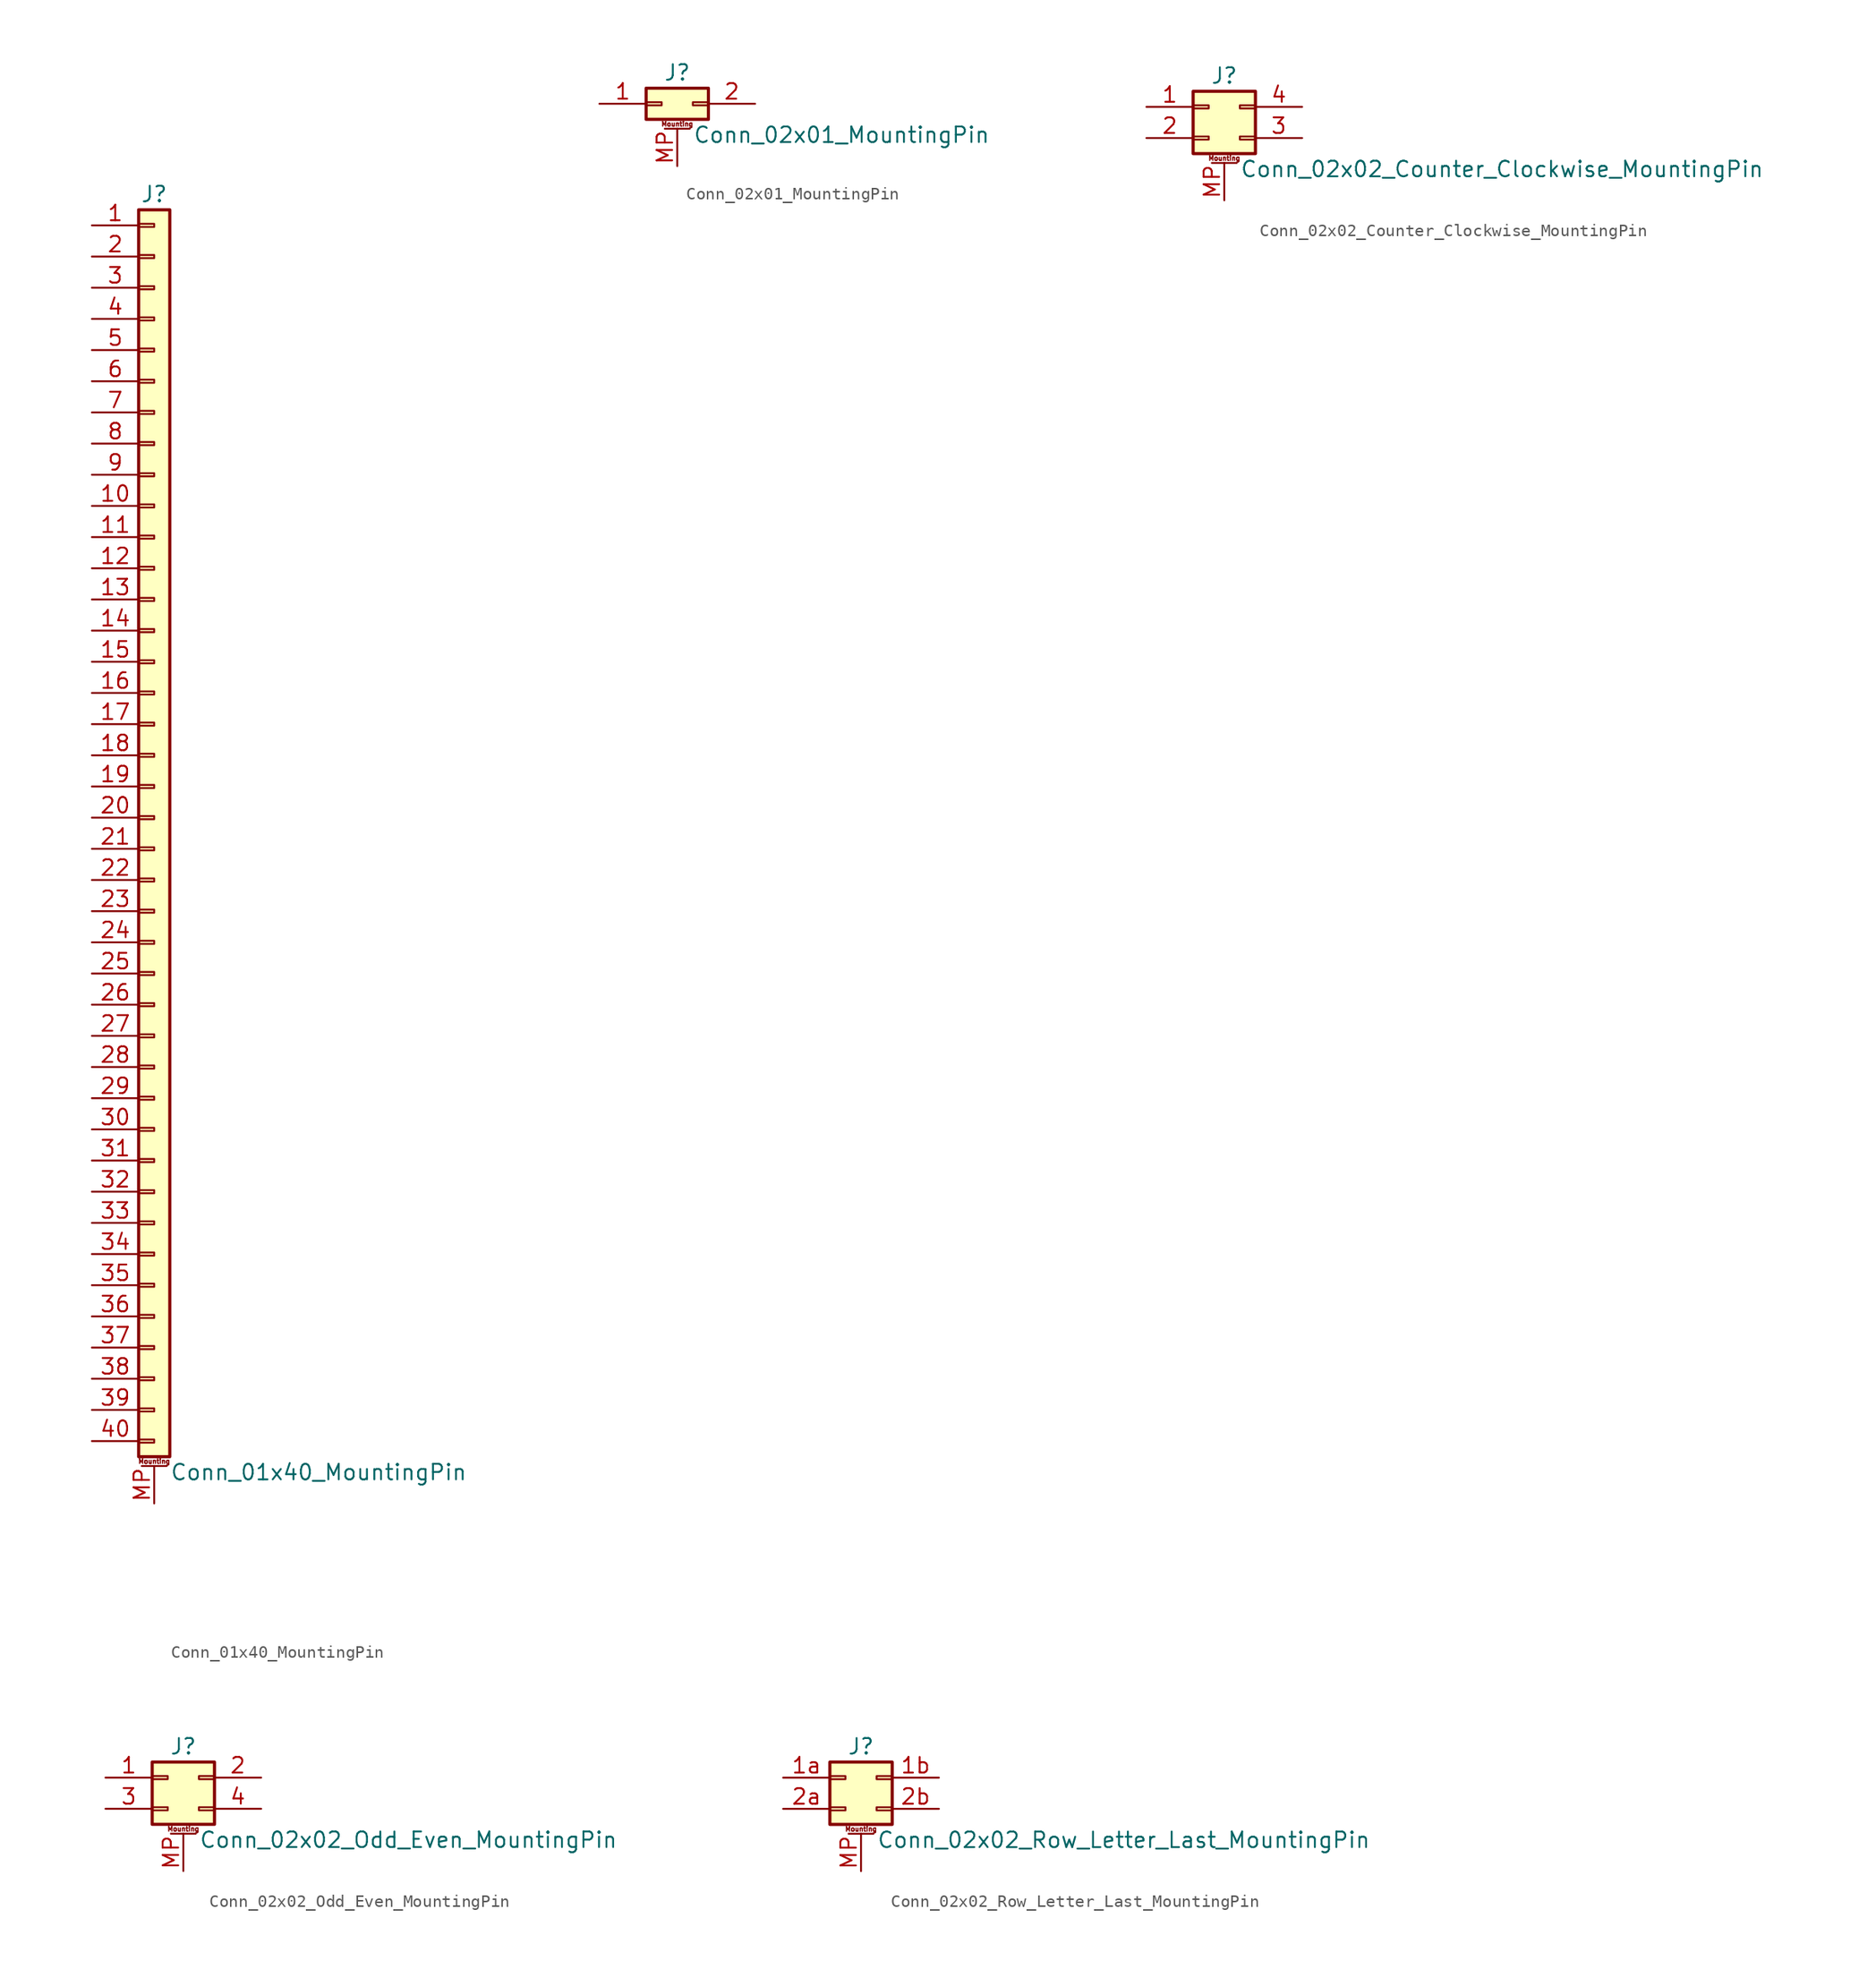
<source format=kicad_sym>
(kicad_symbol_lib
  (version 20220914)
  (generator kicad_symbol_editor)
  (symbol "Conn_01x40_MountingPin"
    (pin_names
      (offset 1.016) hide)
    (property "Reference" "J"
      (at 0 50.8 0)
      (effects (font (size 1.27 1.27))))
    (property "Value" "Conn_01x40_MountingPin"
      (at 1.27 -53.34 0)
      (effects (font (size 1.27 1.27)) (justify left)))
    (symbol "Conn_01x40_MountingPin_1_1"
      (rectangle (start -1.27 -50.673) (end 0 -50.927) (stroke (width 0.152) (type default)) (fill (type none)))
      (rectangle (start -1.27 -48.133) (end 0 -48.387) (stroke (width 0.152) (type default)) (fill (type none)))
      (rectangle (start -1.27 -45.593) (end 0 -45.847) (stroke (width 0.152) (type default)) (fill (type none)))
      (rectangle (start -1.27 -43.053) (end 0 -43.307) (stroke (width 0.152) (type default)) (fill (type none)))
      (rectangle (start -1.27 -40.513) (end 0 -40.767) (stroke (width 0.152) (type default)) (fill (type none)))
      (rectangle (start -1.27 -37.973) (end 0 -38.227) (stroke (width 0.152) (type default)) (fill (type none)))
      (rectangle (start -1.27 -35.433) (end 0 -35.687) (stroke (width 0.152) (type default)) (fill (type none)))
      (rectangle (start -1.27 -32.893) (end 0 -33.147) (stroke (width 0.152) (type default)) (fill (type none)))
      (rectangle (start -1.27 -30.353) (end 0 -30.607) (stroke (width 0.152) (type default)) (fill (type none)))
      (rectangle (start -1.27 -27.813) (end 0 -28.067) (stroke (width 0.152) (type default)) (fill (type none)))
      (rectangle (start -1.27 -25.273) (end 0 -25.527) (stroke (width 0.152) (type default)) (fill (type none)))
      (rectangle (start -1.27 -22.733) (end 0 -22.987) (stroke (width 0.152) (type default)) (fill (type none)))
      (rectangle (start -1.27 -20.193) (end 0 -20.447) (stroke (width 0.152) (type default)) (fill (type none)))
      (rectangle (start -1.27 -17.653) (end 0 -17.907) (stroke (width 0.152) (type default)) (fill (type none)))
      (rectangle (start -1.27 -15.113) (end 0 -15.367) (stroke (width 0.152) (type default)) (fill (type none)))
      (rectangle (start -1.27 -12.573) (end 0 -12.827) (stroke (width 0.152) (type default)) (fill (type none)))
      (rectangle (start -1.27 -10.033) (end 0 -10.287) (stroke (width 0.152) (type default)) (fill (type none)))
      (rectangle (start -1.27 -7.493) (end 0 -7.747) (stroke (width 0.152) (type default)) (fill (type none)))
      (rectangle (start -1.27 -4.953) (end 0 -5.207) (stroke (width 0.152) (type default)) (fill (type none)))
      (rectangle (start -1.27 -2.413) (end 0 -2.667) (stroke (width 0.152) (type default)) (fill (type none)))
      (rectangle (start -1.27 0.127) (end 0 -0.127) (stroke (width 0.152) (type default)) (fill (type none)))
      (rectangle (start -1.27 2.667) (end 0 2.413) (stroke (width 0.152) (type default)) (fill (type none)))
      (rectangle (start -1.27 5.207) (end 0 4.953) (stroke (width 0.152) (type default)) (fill (type none)))
      (rectangle (start -1.27 7.747) (end 0 7.493) (stroke (width 0.152) (type default)) (fill (type none)))
      (rectangle (start -1.27 10.287) (end 0 10.033) (stroke (width 0.152) (type default)) (fill (type none)))
      (rectangle (start -1.27 12.827) (end 0 12.573) (stroke (width 0.152) (type default)) (fill (type none)))
      (rectangle (start -1.27 15.367) (end 0 15.113) (stroke (width 0.152) (type default)) (fill (type none)))
      (rectangle (start -1.27 17.907) (end 0 17.653) (stroke (width 0.152) (type default)) (fill (type none)))
      (rectangle (start -1.27 20.447) (end 0 20.193) (stroke (width 0.152) (type default)) (fill (type none)))
      (rectangle (start -1.27 22.987) (end 0 22.733) (stroke (width 0.152) (type default)) (fill (type none)))
      (rectangle (start -1.27 25.527) (end 0 25.273) (stroke (width 0.152) (type default)) (fill (type none)))
      (rectangle (start -1.27 28.067) (end 0 27.813) (stroke (width 0.152) (type default)) (fill (type none)))
      (rectangle (start -1.27 30.607) (end 0 30.353) (stroke (width 0.152) (type default)) (fill (type none)))
      (rectangle (start -1.27 33.147) (end 0 32.893) (stroke (width 0.152) (type default)) (fill (type none)))
      (rectangle (start -1.27 35.687) (end 0 35.433) (stroke (width 0.152) (type default)) (fill (type none)))
      (rectangle (start -1.27 38.227) (end 0 37.973) (stroke (width 0.152) (type default)) (fill (type none)))
      (rectangle (start -1.27 40.767) (end 0 40.513) (stroke (width 0.152) (type default)) (fill (type none)))
      (rectangle (start -1.27 43.307) (end 0 43.053) (stroke (width 0.152) (type default)) (fill (type none)))
      (rectangle (start -1.27 45.847) (end 0 45.593) (stroke (width 0.152) (type default)) (fill (type none)))
      (rectangle (start -1.27 48.387) (end 0 48.133) (stroke (width 0.152) (type default)) (fill (type none)))
      (rectangle (start -1.27 49.53) (end 1.27 -52.07) (stroke (width 0.254) (type default)) (fill (type background)))
      (polyline (pts (xy -1.016 -52.832) (xy 1.016 -52.832)) (stroke (width 0.152) (type default)) (fill (type none)))
      (text "Mounting" (at 0 -52.451 0) (effects (font (size 0.381 0.381))))
      (pin passive line (at -5.08 48.26 0) (length 3.81) (name "Pin_1" (effects (font (size 1.27 1.27)))) (number "1" (effects (font (size 1.27 1.27)))))
      (pin passive line (at -5.08 25.4 0) (length 3.81) (name "Pin_10" (effects (font (size 1.27 1.27)))) (number "10" (effects (font (size 1.27 1.27)))))
      (pin passive line (at -5.08 22.86 0) (length 3.81) (name "Pin_11" (effects (font (size 1.27 1.27)))) (number "11" (effects (font (size 1.27 1.27)))))
      (pin passive line (at -5.08 20.32 0) (length 3.81) (name "Pin_12" (effects (font (size 1.27 1.27)))) (number "12" (effects (font (size 1.27 1.27)))))
      (pin passive line (at -5.08 17.78 0) (length 3.81) (name "Pin_13" (effects (font (size 1.27 1.27)))) (number "13" (effects (font (size 1.27 1.27)))))
      (pin passive line (at -5.08 15.24 0) (length 3.81) (name "Pin_14" (effects (font (size 1.27 1.27)))) (number "14" (effects (font (size 1.27 1.27)))))
      (pin passive line (at -5.08 12.7 0) (length 3.81) (name "Pin_15" (effects (font (size 1.27 1.27)))) (number "15" (effects (font (size 1.27 1.27)))))
      (pin passive line (at -5.08 10.16 0) (length 3.81) (name "Pin_16" (effects (font (size 1.27 1.27)))) (number "16" (effects (font (size 1.27 1.27)))))
      (pin passive line (at -5.08 7.62 0) (length 3.81) (name "Pin_17" (effects (font (size 1.27 1.27)))) (number "17" (effects (font (size 1.27 1.27)))))
      (pin passive line (at -5.08 5.08 0) (length 3.81) (name "Pin_18" (effects (font (size 1.27 1.27)))) (number "18" (effects (font (size 1.27 1.27)))))
      (pin passive line (at -5.08 2.54 0) (length 3.81) (name "Pin_19" (effects (font (size 1.27 1.27)))) (number "19" (effects (font (size 1.27 1.27)))))
      (pin passive line (at -5.08 45.72 0) (length 3.81) (name "Pin_2" (effects (font (size 1.27 1.27)))) (number "2" (effects (font (size 1.27 1.27)))))
      (pin passive line (at -5.08 0 0) (length 3.81) (name "Pin_20" (effects (font (size 1.27 1.27)))) (number "20" (effects (font (size 1.27 1.27)))))
      (pin passive line (at -5.08 -2.54 0) (length 3.81) (name "Pin_21" (effects (font (size 1.27 1.27)))) (number "21" (effects (font (size 1.27 1.27)))))
      (pin passive line (at -5.08 -5.08 0) (length 3.81) (name "Pin_22" (effects (font (size 1.27 1.27)))) (number "22" (effects (font (size 1.27 1.27)))))
      (pin passive line (at -5.08 -7.62 0) (length 3.81) (name "Pin_23" (effects (font (size 1.27 1.27)))) (number "23" (effects (font (size 1.27 1.27)))))
      (pin passive line (at -5.08 -10.16 0) (length 3.81) (name "Pin_24" (effects (font (size 1.27 1.27)))) (number "24" (effects (font (size 1.27 1.27)))))
      (pin passive line (at -5.08 -12.7 0) (length 3.81) (name "Pin_25" (effects (font (size 1.27 1.27)))) (number "25" (effects (font (size 1.27 1.27)))))
      (pin passive line (at -5.08 -15.24 0) (length 3.81) (name "Pin_26" (effects (font (size 1.27 1.27)))) (number "26" (effects (font (size 1.27 1.27)))))
      (pin passive line (at -5.08 -17.78 0) (length 3.81) (name "Pin_27" (effects (font (size 1.27 1.27)))) (number "27" (effects (font (size 1.27 1.27)))))
      (pin passive line (at -5.08 -20.32 0) (length 3.81) (name "Pin_28" (effects (font (size 1.27 1.27)))) (number "28" (effects (font (size 1.27 1.27)))))
      (pin passive line (at -5.08 -22.86 0) (length 3.81) (name "Pin_29" (effects (font (size 1.27 1.27)))) (number "29" (effects (font (size 1.27 1.27)))))
      (pin passive line (at -5.08 43.18 0) (length 3.81) (name "Pin_3" (effects (font (size 1.27 1.27)))) (number "3" (effects (font (size 1.27 1.27)))))
      (pin passive line (at -5.08 -25.4 0) (length 3.81) (name "Pin_30" (effects (font (size 1.27 1.27)))) (number "30" (effects (font (size 1.27 1.27)))))
      (pin passive line (at -5.08 -27.94 0) (length 3.81) (name "Pin_31" (effects (font (size 1.27 1.27)))) (number "31" (effects (font (size 1.27 1.27)))))
      (pin passive line (at -5.08 -30.48 0) (length 3.81) (name "Pin_32" (effects (font (size 1.27 1.27)))) (number "32" (effects (font (size 1.27 1.27)))))
      (pin passive line (at -5.08 -33.02 0) (length 3.81) (name "Pin_33" (effects (font (size 1.27 1.27)))) (number "33" (effects (font (size 1.27 1.27)))))
      (pin passive line (at -5.08 -35.56 0) (length 3.81) (name "Pin_34" (effects (font (size 1.27 1.27)))) (number "34" (effects (font (size 1.27 1.27)))))
      (pin passive line (at -5.08 -38.1 0) (length 3.81) (name "Pin_35" (effects (font (size 1.27 1.27)))) (number "35" (effects (font (size 1.27 1.27)))))
      (pin passive line (at -5.08 -40.64 0) (length 3.81) (name "Pin_36" (effects (font (size 1.27 1.27)))) (number "36" (effects (font (size 1.27 1.27)))))
      (pin passive line (at -5.08 -43.18 0) (length 3.81) (name "Pin_37" (effects (font (size 1.27 1.27)))) (number "37" (effects (font (size 1.27 1.27)))))
      (pin passive line (at -5.08 -45.72 0) (length 3.81) (name "Pin_38" (effects (font (size 1.27 1.27)))) (number "38" (effects (font (size 1.27 1.27)))))
      (pin passive line (at -5.08 -48.26 0) (length 3.81) (name "Pin_39" (effects (font (size 1.27 1.27)))) (number "39" (effects (font (size 1.27 1.27)))))
      (pin passive line (at -5.08 40.64 0) (length 3.81) (name "Pin_4" (effects (font (size 1.27 1.27)))) (number "4" (effects (font (size 1.27 1.27)))))
      (pin passive line (at -5.08 -50.8 0) (length 3.81) (name "Pin_40" (effects (font (size 1.27 1.27)))) (number "40" (effects (font (size 1.27 1.27)))))
      (pin passive line (at -5.08 38.1 0) (length 3.81) (name "Pin_5" (effects (font (size 1.27 1.27)))) (number "5" (effects (font (size 1.27 1.27)))))
      (pin passive line (at -5.08 35.56 0) (length 3.81) (name "Pin_6" (effects (font (size 1.27 1.27)))) (number "6" (effects (font (size 1.27 1.27)))))
      (pin passive line (at -5.08 33.02 0) (length 3.81) (name "Pin_7" (effects (font (size 1.27 1.27)))) (number "7" (effects (font (size 1.27 1.27)))))
      (pin passive line (at -5.08 30.48 0) (length 3.81) (name "Pin_8" (effects (font (size 1.27 1.27)))) (number "8" (effects (font (size 1.27 1.27)))))
      (pin passive line (at -5.08 27.94 0) (length 3.81) (name "Pin_9" (effects (font (size 1.27 1.27)))) (number "9" (effects (font (size 1.27 1.27)))))
      (pin passive line (at 0 -55.88 90) (length 3.048) (name "MountPin" (effects (font (size 1.27 1.27)))) (number "MP" (effects (font (size 1.27 1.27)))))))
  (symbol "Conn_02x01_MountingPin"
    (pin_names
      (offset 1.016) hide)
    (property "Reference" "J"
      (at 1.27 2.54 0)
      (effects (font (size 1.27 1.27))))
    (property "Value" "Conn_02x01_MountingPin"
      (at 2.54 -2.54 0)
      (effects (font (size 1.27 1.27)) (justify left)))
    (symbol "Conn_02x01_MountingPin_1_1"
      (rectangle (start -1.27 0.127) (end 0 -0.127) (stroke (width 0.152) (type default)) (fill (type none)))
      (rectangle (start -1.27 1.27) (end 3.81 -1.27) (stroke (width 0.254) (type default)) (fill (type background)))
      (polyline (pts (xy 0.254 -2.032) (xy 2.286 -2.032)) (stroke (width 0.152) (type default)) (fill (type none)))
      (rectangle (start 3.81 0.127) (end 2.54 -0.127) (stroke (width 0.152) (type default)) (fill (type none)))
      (text "Mounting" (at 1.27 -1.651 0) (effects (font (size 0.381 0.381))))
      (pin passive line (at -5.08 0 0) (length 3.81) (name "Pin_1" (effects (font (size 1.27 1.27)))) (number "1" (effects (font (size 1.27 1.27)))))
      (pin passive line (at 7.62 0 180) (length 3.81) (name "Pin_2" (effects (font (size 1.27 1.27)))) (number "2" (effects (font (size 1.27 1.27)))))
      (pin passive line (at 1.27 -5.08 90) (length 3.048) (name "MountPin" (effects (font (size 1.27 1.27)))) (number "MP" (effects (font (size 1.27 1.27)))))))
  (symbol "Conn_02x02_Counter_Clockwise_MountingPin"
    (pin_names
      (offset 1.016) hide)
    (property "Reference" "J"
      (at 1.27 2.54 0)
      (effects (font (size 1.27 1.27))))
    (property "Value" "Conn_02x02_Counter_Clockwise_MountingPin"
      (at 2.54 -5.08 0)
      (effects (font (size 1.27 1.27)) (justify left)))
    (symbol "Conn_02x02_Counter_Clockwise_MountingPin_1_1"
      (rectangle (start -1.27 -2.413) (end 0 -2.667) (stroke (width 0.152) (type default)) (fill (type none)))
      (rectangle (start -1.27 0.127) (end 0 -0.127) (stroke (width 0.152) (type default)) (fill (type none)))
      (rectangle (start -1.27 1.27) (end 3.81 -3.81) (stroke (width 0.254) (type default)) (fill (type background)))
      (polyline (pts (xy 0.254 -4.572) (xy 2.286 -4.572)) (stroke (width 0.152) (type default)) (fill (type none)))
      (rectangle (start 3.81 -2.413) (end 2.54 -2.667) (stroke (width 0.152) (type default)) (fill (type none)))
      (rectangle (start 3.81 0.127) (end 2.54 -0.127) (stroke (width 0.152) (type default)) (fill (type none)))
      (text "Mounting" (at 1.27 -4.191 0) (effects (font (size 0.381 0.381))))
      (pin passive line (at -5.08 0 0) (length 3.81) (name "Pin_1" (effects (font (size 1.27 1.27)))) (number "1" (effects (font (size 1.27 1.27)))))
      (pin passive line (at -5.08 -2.54 0) (length 3.81) (name "Pin_2" (effects (font (size 1.27 1.27)))) (number "2" (effects (font (size 1.27 1.27)))))
      (pin passive line (at 7.62 -2.54 180) (length 3.81) (name "Pin_3" (effects (font (size 1.27 1.27)))) (number "3" (effects (font (size 1.27 1.27)))))
      (pin passive line (at 7.62 0 180) (length 3.81) (name "Pin_4" (effects (font (size 1.27 1.27)))) (number "4" (effects (font (size 1.27 1.27)))))
      (pin passive line (at 1.27 -7.62 90) (length 3.048) (name "MountPin" (effects (font (size 1.27 1.27)))) (number "MP" (effects (font (size 1.27 1.27)))))))
  (symbol "Conn_02x02_Odd_Even_MountingPin"
    (pin_names
      (offset 1.016) hide)
    (property "Reference" "J"
      (at 1.27 2.54 0)
      (effects (font (size 1.27 1.27))))
    (property "Value" "Conn_02x02_Odd_Even_MountingPin"
      (at 2.54 -5.08 0)
      (effects (font (size 1.27 1.27)) (justify left)))
    (symbol "Conn_02x02_Odd_Even_MountingPin_1_1"
      (rectangle (start -1.27 -2.413) (end 0 -2.667) (stroke (width 0.152) (type default)) (fill (type none)))
      (rectangle (start -1.27 0.127) (end 0 -0.127) (stroke (width 0.152) (type default)) (fill (type none)))
      (rectangle (start -1.27 1.27) (end 3.81 -3.81) (stroke (width 0.254) (type default)) (fill (type background)))
      (polyline (pts (xy 0.254 -4.572) (xy 2.286 -4.572)) (stroke (width 0.152) (type default)) (fill (type none)))
      (rectangle (start 3.81 -2.413) (end 2.54 -2.667) (stroke (width 0.152) (type default)) (fill (type none)))
      (rectangle (start 3.81 0.127) (end 2.54 -0.127) (stroke (width 0.152) (type default)) (fill (type none)))
      (text "Mounting" (at 1.27 -4.191 0) (effects (font (size 0.381 0.381))))
      (pin passive line (at -5.08 0 0) (length 3.81) (name "Pin_1" (effects (font (size 1.27 1.27)))) (number "1" (effects (font (size 1.27 1.27)))))
      (pin passive line (at 7.62 0 180) (length 3.81) (name "Pin_2" (effects (font (size 1.27 1.27)))) (number "2" (effects (font (size 1.27 1.27)))))
      (pin passive line (at -5.08 -2.54 0) (length 3.81) (name "Pin_3" (effects (font (size 1.27 1.27)))) (number "3" (effects (font (size 1.27 1.27)))))
      (pin passive line (at 7.62 -2.54 180) (length 3.81) (name "Pin_4" (effects (font (size 1.27 1.27)))) (number "4" (effects (font (size 1.27 1.27)))))
      (pin passive line (at 1.27 -7.62 90) (length 3.048) (name "MountPin" (effects (font (size 1.27 1.27)))) (number "MP" (effects (font (size 1.27 1.27)))))))
  (symbol "Conn_02x02_Row_Letter_Last_MountingPin"
    (pin_names
      (offset 1.016) hide)
    (property "Reference" "J"
      (at 1.27 2.54 0)
      (effects (font (size 1.27 1.27))))
    (property "Value" "Conn_02x02_Row_Letter_Last_MountingPin"
      (at 2.54 -5.08 0)
      (effects (font (size 1.27 1.27)) (justify left)))
    (symbol "Conn_02x02_Row_Letter_Last_MountingPin_1_1"
      (rectangle (start -1.27 -2.413) (end 0 -2.667) (stroke (width 0.152) (type default)) (fill (type none)))
      (rectangle (start -1.27 0.127) (end 0 -0.127) (stroke (width 0.152) (type default)) (fill (type none)))
      (rectangle (start -1.27 1.27) (end 3.81 -3.81) (stroke (width 0.254) (type default)) (fill (type background)))
      (polyline (pts (xy 0.254 -4.572) (xy 2.286 -4.572)) (stroke (width 0.152) (type default)) (fill (type none)))
      (rectangle (start 3.81 -2.413) (end 2.54 -2.667) (stroke (width 0.152) (type default)) (fill (type none)))
      (rectangle (start 3.81 0.127) (end 2.54 -0.127) (stroke (width 0.152) (type default)) (fill (type none)))
      (text "Mounting" (at 1.27 -4.191 0) (effects (font (size 0.381 0.381))))
      (pin passive line (at -5.08 0 0) (length 3.81) (name "Pin_1a" (effects (font (size 1.27 1.27)))) (number "1a" (effects (font (size 1.27 1.27)))))
      (pin passive line (at 7.62 0 180) (length 3.81) (name "Pin_1b" (effects (font (size 1.27 1.27)))) (number "1b" (effects (font (size 1.27 1.27)))))
      (pin passive line (at -5.08 -2.54 0) (length 3.81) (name "Pin_2a" (effects (font (size 1.27 1.27)))) (number "2a" (effects (font (size 1.27 1.27)))))
      (pin passive line (at 7.62 -2.54 180) (length 3.81) (name "Pin_2b" (effects (font (size 1.27 1.27)))) (number "2b" (effects (font (size 1.27 1.27)))))
      (pin passive line (at 1.27 -7.62 90) (length 3.048) (name "MountPin" (effects (font (size 1.27 1.27)))) (number "MP" (effects (font (size 1.27 1.27))))))))
</source>
